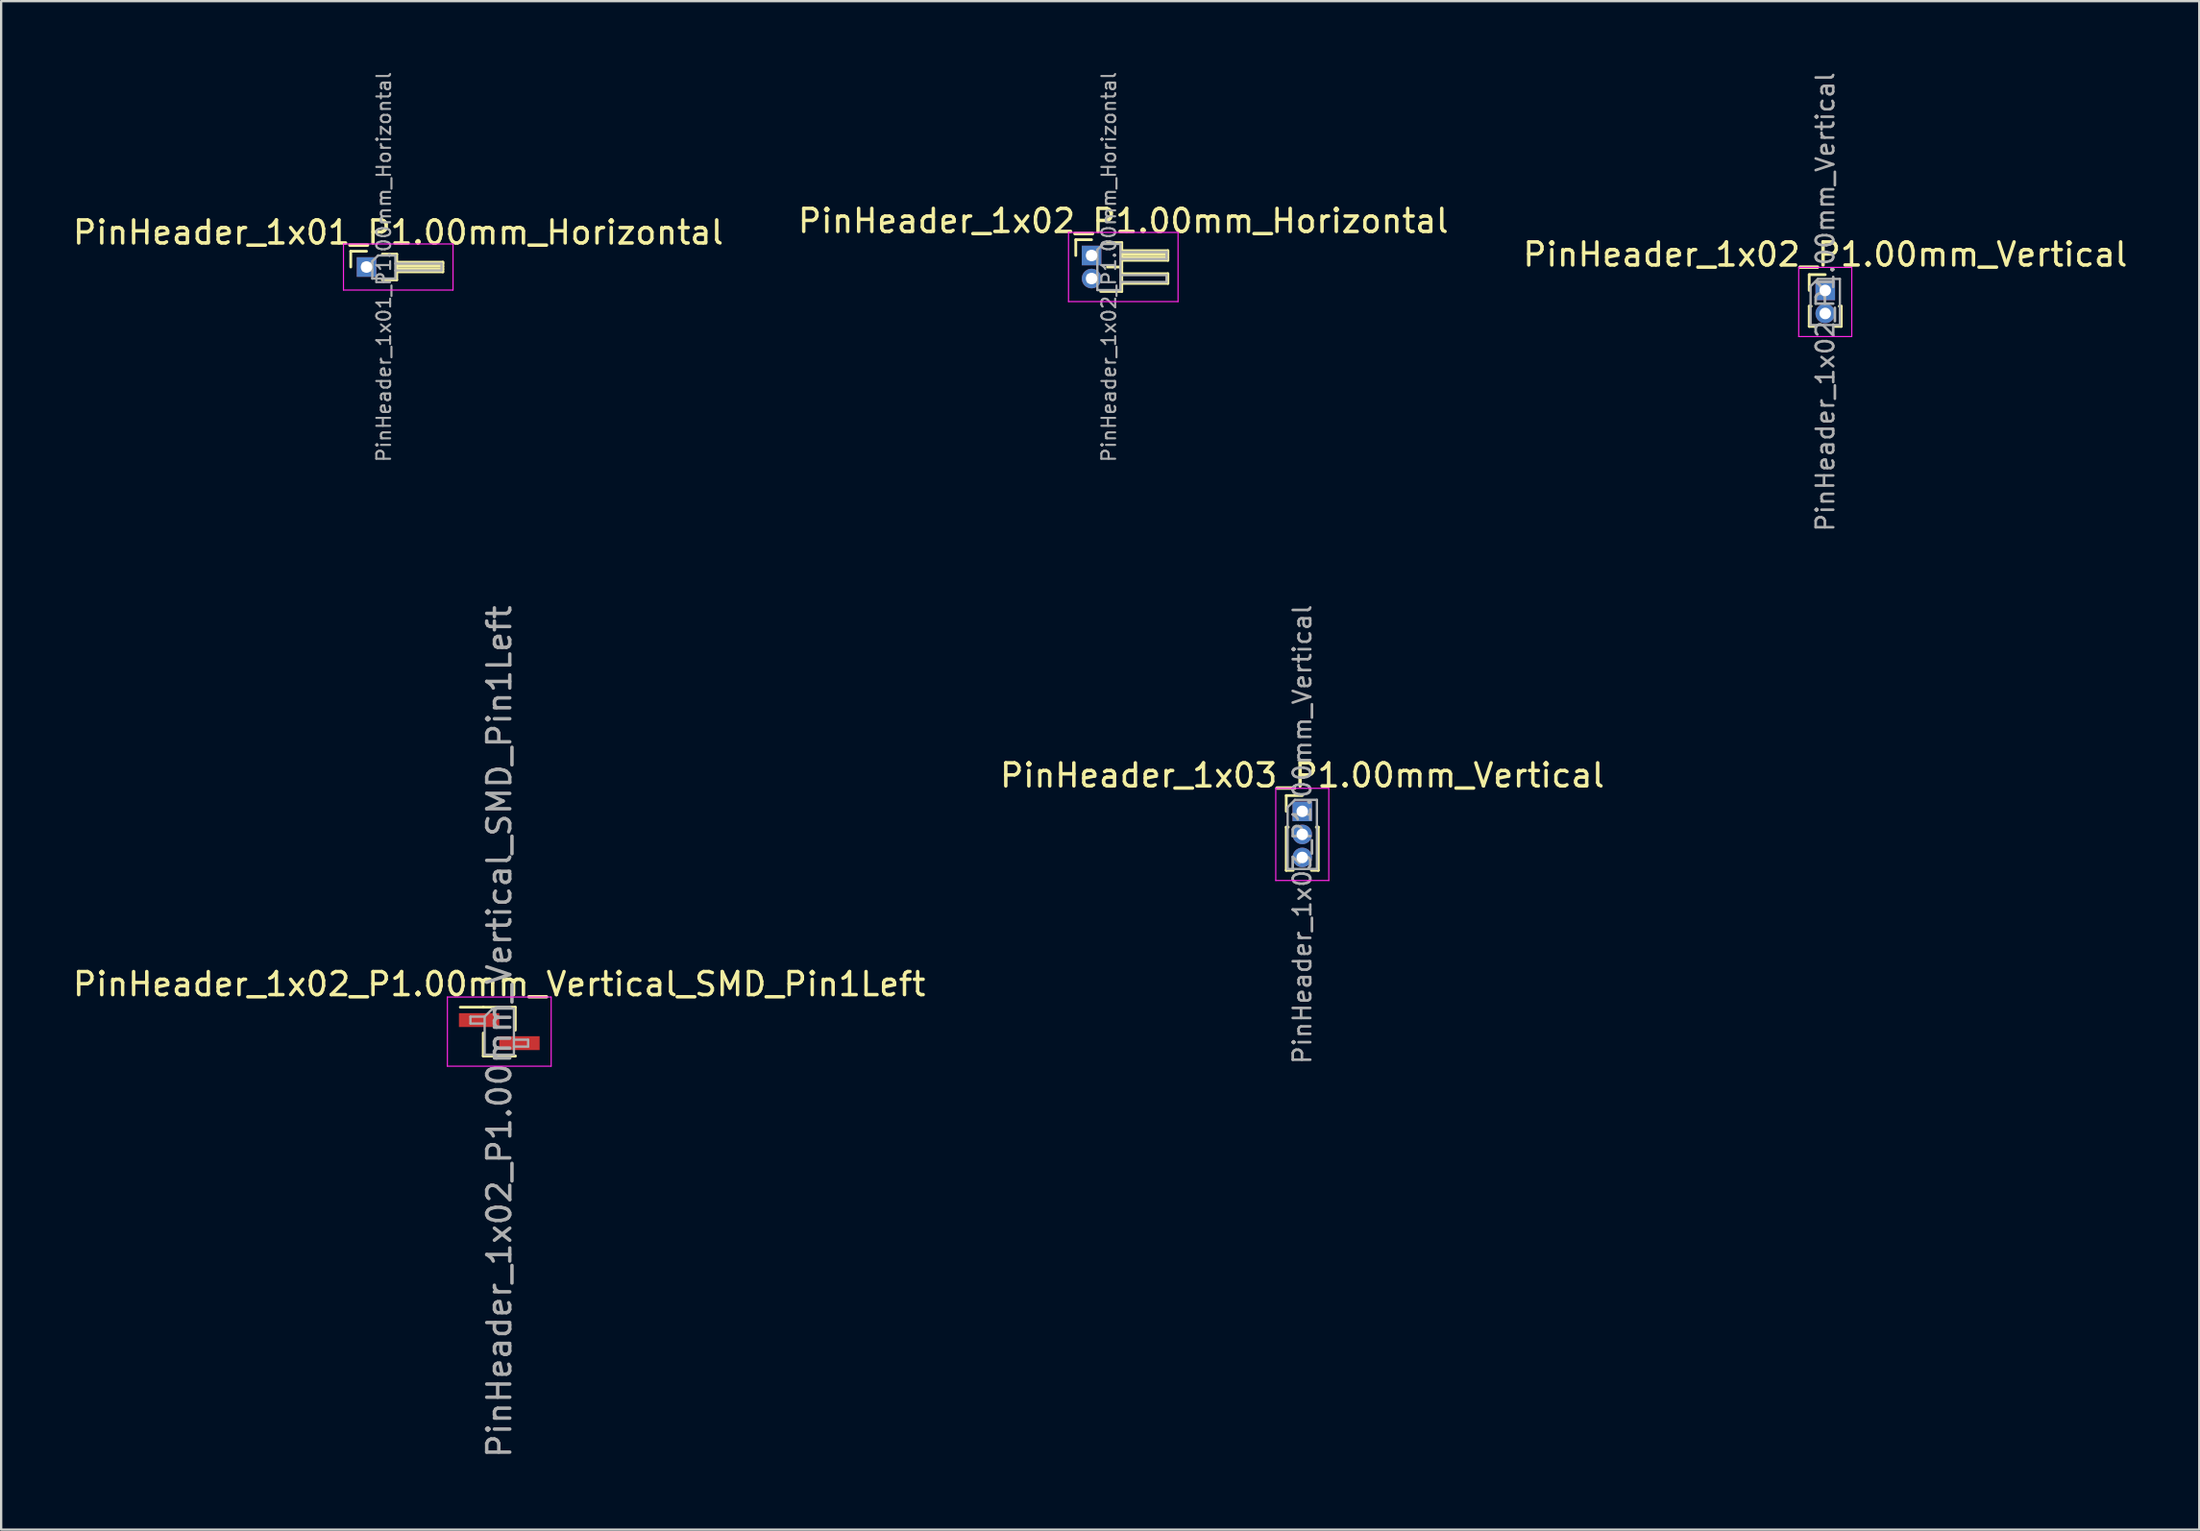
<source format=kicad_pcb>
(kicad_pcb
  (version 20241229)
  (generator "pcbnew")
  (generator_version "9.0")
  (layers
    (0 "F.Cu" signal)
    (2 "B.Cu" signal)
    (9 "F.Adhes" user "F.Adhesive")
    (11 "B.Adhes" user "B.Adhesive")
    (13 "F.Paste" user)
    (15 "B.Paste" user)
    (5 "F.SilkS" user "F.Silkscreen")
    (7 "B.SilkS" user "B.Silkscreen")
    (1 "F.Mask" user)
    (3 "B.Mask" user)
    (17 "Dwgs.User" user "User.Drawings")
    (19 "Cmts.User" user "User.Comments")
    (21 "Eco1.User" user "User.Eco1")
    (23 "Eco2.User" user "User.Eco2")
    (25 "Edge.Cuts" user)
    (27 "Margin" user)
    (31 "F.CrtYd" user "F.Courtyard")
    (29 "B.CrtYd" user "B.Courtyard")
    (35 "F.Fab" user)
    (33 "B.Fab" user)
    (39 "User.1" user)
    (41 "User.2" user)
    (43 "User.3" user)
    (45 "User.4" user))
  (footprint "PinHeader_1x01_P1.00mm_Horizontal"
    (layer "F.Cu")
    (at 12.845 8.532)
    (property "Reference" "PinHeader_1x01_P1.00mm_Horizontal" (at 1.375 -1.5 0) (layer "F.SilkS") (effects (font (size 1 1) (thickness 0.15))))
    (attr through_hole)
    (fp_line (start -0.685 -0.685) (end 0 -0.685) (stroke (width 0.12) (type solid)) (layer "F.SilkS"))
    (fp_line (start -0.685 0) (end -0.685 -0.685) (stroke (width 0.12) (type solid)) (layer "F.SilkS"))
    (fp_line (start 0.685 -0.56) (end 1.31 -0.56) (stroke (width 0.12) (type solid)) (layer "F.SilkS"))
    (fp_line (start 1.31 -0.56) (end 1.31 0.56) (stroke (width 0.12) (type solid)) (layer "F.SilkS"))
    (fp_line (start 1.31 -0.21) (end 3.31 -0.21) (stroke (width 0.12) (type solid)) (layer "F.SilkS"))
    (fp_line (start 1.31 -0.15) (end 3.31 -0.15) (stroke (width 0.12) (type solid)) (layer "F.SilkS"))
    (fp_line (start 1.31 -0.03) (end 3.31 -0.03) (stroke (width 0.12) (type solid)) (layer "F.SilkS"))
    (fp_line (start 1.31 0.09) (end 3.31 0.09) (stroke (width 0.12) (type solid)) (layer "F.SilkS"))
    (fp_line (start 1.31 0.56) (end 0.685 0.56) (stroke (width 0.12) (type solid)) (layer "F.SilkS"))
    (fp_line (start 3.31 -0.21) (end 3.31 0.21) (stroke (width 0.12) (type solid)) (layer "F.SilkS"))
    (fp_line (start 3.31 0.21) (end 1.31 0.21) (stroke (width 0.12) (type solid)) (layer "F.SilkS"))
    (fp_line (start -1 -1) (end -1 1) (stroke (width 0.05) (type solid)) (layer "F.CrtYd"))
    (fp_line (start -1 1) (end 3.75 1) (stroke (width 0.05) (type solid)) (layer "F.CrtYd"))
    (fp_line (start 3.75 -1) (end -1 -1) (stroke (width 0.05) (type solid)) (layer "F.CrtYd"))
    (fp_line (start 3.75 1) (end 3.75 -1) (stroke (width 0.05) (type solid)) (layer "F.CrtYd"))
    (fp_line (start -0.15 -0.15) (end -0.15 0.15) (stroke (width 0.1) (type solid)) (layer "F.Fab"))
    (fp_line (start -0.15 -0.15) (end 0.25 -0.15) (stroke (width 0.1) (type solid)) (layer "F.Fab"))
    (fp_line (start -0.15 0.15) (end 0.25 0.15) (stroke (width 0.1) (type solid)) (layer "F.Fab"))
    (fp_line (start 0.25 -0.25) (end 0.5 -0.5) (stroke (width 0.1) (type solid)) (layer "F.Fab"))
    (fp_line (start 0.25 0.5) (end 0.25 -0.25) (stroke (width 0.1) (type solid)) (layer "F.Fab"))
    (fp_line (start 0.5 -0.5) (end 1.25 -0.5) (stroke (width 0.1) (type solid)) (layer "F.Fab"))
    (fp_line (start 1.25 -0.5) (end 1.25 0.5) (stroke (width 0.1) (type solid)) (layer "F.Fab"))
    (fp_line (start 1.25 -0.15) (end 3.25 -0.15) (stroke (width 0.1) (type solid)) (layer "F.Fab"))
    (fp_line (start 1.25 0.15) (end 3.25 0.15) (stroke (width 0.1) (type solid)) (layer "F.Fab"))
    (fp_line (start 1.25 0.5) (end 0.25 0.5) (stroke (width 0.1) (type solid)) (layer "F.Fab"))
    (fp_line (start 3.25 -0.15) (end 3.25 0.15) (stroke (width 0.1) (type solid)) (layer "F.Fab"))
    (fp_text user "${REFERENCE}" (at 0.75 0 90) (layer "F.Fab") (effects (font (size 0.6 0.6) (thickness 0.09))))
    (pad "1" thru_hole rect (at 0 0) (size 0.85 0.85) (drill 0.5) (layers "*.Cu" "*.Mask")))
  (footprint "PinHeader_1x02_P1.00mm_Vertical_SMD_Pin1Left"
    (layer "F.Cu")
    (at 18.601 41.696)
    (property "Reference" "PinHeader_1x02_P1.00mm_Vertical_SMD_Pin1Left" (at 0 -2.06 0) (layer "F.SilkS") (effects (font (size 1 1) (thickness 0.15))))
    (attr smd)
    (fp_line (start -0.695 -1.06) (end -1.69 -1.06) (stroke (width 0.12) (type solid)) (layer "F.SilkS"))
    (fp_line (start -0.695 -1.06) (end -0.695 -1.06) (stroke (width 0.12) (type solid)) (layer "F.SilkS"))
    (fp_line (start -0.695 -1.06) (end 0.695 -1.06) (stroke (width 0.12) (type solid)) (layer "F.SilkS"))
    (fp_line (start -0.695 0.06) (end -0.695 1.06) (stroke (width 0.12) (type solid)) (layer "F.SilkS"))
    (fp_line (start -0.695 1.06) (end 0.695 1.06) (stroke (width 0.12) (type solid)) (layer "F.SilkS"))
    (fp_line (start 0.695 -1.06) (end 0.695 -0.06) (stroke (width 0.12) (type solid)) (layer "F.SilkS"))
    (fp_line (start 0.695 1.06) (end 0.695 1.06) (stroke (width 0.12) (type solid)) (layer "F.SilkS"))
    (fp_line (start -2.25 -1.5) (end -2.25 1.5) (stroke (width 0.05) (type solid)) (layer "F.CrtYd"))
    (fp_line (start -2.25 1.5) (end 2.25 1.5) (stroke (width 0.05) (type solid)) (layer "F.CrtYd"))
    (fp_line (start 2.25 -1.5) (end -2.25 -1.5) (stroke (width 0.05) (type solid)) (layer "F.CrtYd"))
    (fp_line (start 2.25 1.5) (end 2.25 -1.5) (stroke (width 0.05) (type solid)) (layer "F.CrtYd"))
    (fp_line (start -1.25 -0.65) (end -1.25 -0.35) (stroke (width 0.1) (type solid)) (layer "F.Fab"))
    (fp_line (start -1.25 -0.35) (end -0.635 -0.35) (stroke (width 0.1) (type solid)) (layer "F.Fab"))
    (fp_line (start -0.635 -0.65) (end -1.25 -0.65) (stroke (width 0.1) (type solid)) (layer "F.Fab"))
    (fp_line (start -0.635 -0.65) (end -0.285 -1) (stroke (width 0.1) (type solid)) (layer "F.Fab"))
    (fp_line (start -0.635 1) (end -0.635 -0.65) (stroke (width 0.1) (type solid)) (layer "F.Fab"))
    (fp_line (start -0.285 -1) (end 0.635 -1) (stroke (width 0.1) (type solid)) (layer "F.Fab"))
    (fp_line (start 0.635 -1) (end 0.635 1) (stroke (width 0.1) (type solid)) (layer "F.Fab"))
    (fp_line (start 0.635 0.35) (end 1.25 0.35) (stroke (width 0.1) (type solid)) (layer "F.Fab"))
    (fp_line (start 0.635 1) (end -0.635 1) (stroke (width 0.1) (type solid)) (layer "F.Fab"))
    (fp_line (start 1.25 0.35) (end 1.25 0.65) (stroke (width 0.1) (type solid)) (layer "F.Fab"))
    (fp_line (start 1.25 0.65) (end 0.635 0.65) (stroke (width 0.1) (type solid)) (layer "F.Fab"))
    (fp_text user "${REFERENCE}" (at 0 0 90) (layer "F.Fab") (effects (font (size 1 1) (thickness 0.15))))
    (pad "1" smd rect (at -0.875 -0.5) (size 1.75 0.6) (layers "F.Cu" "F.Mask" "F.Paste"))
    (pad "2" smd rect (at 0.875 0.5) (size 1.75 0.6) (layers "F.Cu" "F.Mask" "F.Paste")))
  (footprint "PinHeader_1x02_P1.00mm_Horizontal"
    (layer "F.Cu")
    (at 44.286 8.032)
    (property "Reference" "PinHeader_1x02_P1.00mm_Horizontal" (at 1.375 -1.5 0) (layer "F.SilkS") (effects (font (size 1 1) (thickness 0.15))))
    (attr through_hole)
    (fp_line (start -0.685 -0.685) (end 0 -0.685) (stroke (width 0.12) (type solid)) (layer "F.SilkS"))
    (fp_line (start -0.685 0) (end -0.685 -0.685) (stroke (width 0.12) (type solid)) (layer "F.SilkS"))
    (fp_line (start 0.685 -0.56) (end 1.31 -0.56) (stroke (width 0.12) (type solid)) (layer "F.SilkS"))
    (fp_line (start 0.685 0.5) (end 1.31 0.5) (stroke (width 0.12) (type solid)) (layer "F.SilkS"))
    (fp_line (start 1.31 -0.56) (end 1.31 1.56) (stroke (width 0.12) (type solid)) (layer "F.SilkS"))
    (fp_line (start 1.31 -0.21) (end 3.31 -0.21) (stroke (width 0.12) (type solid)) (layer "F.SilkS"))
    (fp_line (start 1.31 -0.15) (end 3.31 -0.15) (stroke (width 0.12) (type solid)) (layer "F.SilkS"))
    (fp_line (start 1.31 -0.03) (end 3.31 -0.03) (stroke (width 0.12) (type solid)) (layer "F.SilkS"))
    (fp_line (start 1.31 0.09) (end 3.31 0.09) (stroke (width 0.12) (type solid)) (layer "F.SilkS"))
    (fp_line (start 1.31 0.79) (end 3.31 0.79) (stroke (width 0.12) (type solid)) (layer "F.SilkS"))
    (fp_line (start 1.31 1.56) (end 0.394 1.56) (stroke (width 0.12) (type solid)) (layer "F.SilkS"))
    (fp_line (start 3.31 -0.21) (end 3.31 0.21) (stroke (width 0.12) (type solid)) (layer "F.SilkS"))
    (fp_line (start 3.31 0.21) (end 1.31 0.21) (stroke (width 0.12) (type solid)) (layer "F.SilkS"))
    (fp_line (start 3.31 0.79) (end 3.31 1.21) (stroke (width 0.12) (type solid)) (layer "F.SilkS"))
    (fp_line (start 3.31 1.21) (end 1.31 1.21) (stroke (width 0.12) (type solid)) (layer "F.SilkS"))
    (fp_line (start -1 -1) (end -1 2) (stroke (width 0.05) (type solid)) (layer "F.CrtYd"))
    (fp_line (start -1 2) (end 3.75 2) (stroke (width 0.05) (type solid)) (layer "F.CrtYd"))
    (fp_line (start 3.75 -1) (end -1 -1) (stroke (width 0.05) (type solid)) (layer "F.CrtYd"))
    (fp_line (start 3.75 2) (end 3.75 -1) (stroke (width 0.05) (type solid)) (layer "F.CrtYd"))
    (fp_line (start -0.15 -0.15) (end -0.15 0.15) (stroke (width 0.1) (type solid)) (layer "F.Fab"))
    (fp_line (start -0.15 -0.15) (end 0.25 -0.15) (stroke (width 0.1) (type solid)) (layer "F.Fab"))
    (fp_line (start -0.15 0.15) (end 0.25 0.15) (stroke (width 0.1) (type solid)) (layer "F.Fab"))
    (fp_line (start -0.15 0.85) (end -0.15 1.15) (stroke (width 0.1) (type solid)) (layer "F.Fab"))
    (fp_line (start -0.15 0.85) (end 0.25 0.85) (stroke (width 0.1) (type solid)) (layer "F.Fab"))
    (fp_line (start -0.15 1.15) (end 0.25 1.15) (stroke (width 0.1) (type solid)) (layer "F.Fab"))
    (fp_line (start 0.25 -0.25) (end 0.5 -0.5) (stroke (width 0.1) (type solid)) (layer "F.Fab"))
    (fp_line (start 0.25 1.5) (end 0.25 -0.25) (stroke (width 0.1) (type solid)) (layer "F.Fab"))
    (fp_line (start 0.5 -0.5) (end 1.25 -0.5) (stroke (width 0.1) (type solid)) (layer "F.Fab"))
    (fp_line (start 1.25 -0.5) (end 1.25 1.5) (stroke (width 0.1) (type solid)) (layer "F.Fab"))
    (fp_line (start 1.25 -0.15) (end 3.25 -0.15) (stroke (width 0.1) (type solid)) (layer "F.Fab"))
    (fp_line (start 1.25 0.15) (end 3.25 0.15) (stroke (width 0.1) (type solid)) (layer "F.Fab"))
    (fp_line (start 1.25 0.85) (end 3.25 0.85) (stroke (width 0.1) (type solid)) (layer "F.Fab"))
    (fp_line (start 1.25 1.15) (end 3.25 1.15) (stroke (width 0.1) (type solid)) (layer "F.Fab"))
    (fp_line (start 1.25 1.5) (end 0.25 1.5) (stroke (width 0.1) (type solid)) (layer "F.Fab"))
    (fp_line (start 3.25 -0.15) (end 3.25 0.15) (stroke (width 0.1) (type solid)) (layer "F.Fab"))
    (fp_line (start 3.25 0.85) (end 3.25 1.15) (stroke (width 0.1) (type solid)) (layer "F.Fab"))
    (fp_text user "${REFERENCE}" (at 0.75 0.5 90) (layer "F.Fab") (effects (font (size 0.6 0.6) (thickness 0.09))))
    (pad "1" thru_hole rect (at 0 0) (size 0.85 0.85) (drill 0.5) (layers "*.Cu" "*.Mask"))
    (pad "2" thru_hole oval (at 0 1) (size 0.85 0.85) (drill 0.5) (layers "*.Cu" "*.Mask")))
  (footprint "PinHeader_1x03_P1.00mm_Vertical"
    (layer "F.Cu")
    (at 53.423 32.142)
    (property "Reference" "PinHeader_1x03_P1.00mm_Vertical" (at 0 -1.56 0) (layer "F.SilkS") (effects (font (size 1 1) (thickness 0.15))))
    (attr through_hole)
    (fp_line (start -0.695 -0.685) (end 0 -0.685) (stroke (width 0.12) (type solid)) (layer "F.SilkS"))
    (fp_line (start -0.695 0) (end -0.695 -0.685) (stroke (width 0.12) (type solid)) (layer "F.SilkS"))
    (fp_line (start -0.695 0.685) (end -0.695 2.56) (stroke (width 0.12) (type solid)) (layer "F.SilkS"))
    (fp_line (start -0.695 0.685) (end -0.608 0.685) (stroke (width 0.12) (type solid)) (layer "F.SilkS"))
    (fp_line (start -0.695 2.56) (end -0.394 2.56) (stroke (width 0.12) (type solid)) (layer "F.SilkS"))
    (fp_line (start 0.394 2.56) (end 0.695 2.56) (stroke (width 0.12) (type solid)) (layer "F.SilkS"))
    (fp_line (start 0.608 0.685) (end 0.695 0.685) (stroke (width 0.12) (type solid)) (layer "F.SilkS"))
    (fp_line (start 0.695 0.685) (end 0.695 2.56) (stroke (width 0.12) (type solid)) (layer "F.SilkS"))
    (fp_line (start -1.15 -1) (end -1.15 3) (stroke (width 0.05) (type solid)) (layer "F.CrtYd"))
    (fp_line (start -1.15 3) (end 1.15 3) (stroke (width 0.05) (type solid)) (layer "F.CrtYd"))
    (fp_line (start 1.15 -1) (end -1.15 -1) (stroke (width 0.05) (type solid)) (layer "F.CrtYd"))
    (fp_line (start 1.15 3) (end 1.15 -1) (stroke (width 0.05) (type solid)) (layer "F.CrtYd"))
    (fp_line (start -0.635 -0.182) (end -0.318 -0.5) (stroke (width 0.1) (type solid)) (layer "F.Fab"))
    (fp_line (start -0.635 2.5) (end -0.635 -0.182) (stroke (width 0.1) (type solid)) (layer "F.Fab"))
    (fp_line (start -0.318 -0.5) (end 0.635 -0.5) (stroke (width 0.1) (type solid)) (layer "F.Fab"))
    (fp_line (start 0.635 -0.5) (end 0.635 2.5) (stroke (width 0.1) (type solid)) (layer "F.Fab"))
    (fp_line (start 0.635 2.5) (end -0.635 2.5) (stroke (width 0.1) (type solid)) (layer "F.Fab"))
    (fp_text user "${REFERENCE}" (at 0 1 90) (layer "F.Fab") (effects (font (size 0.76 0.76) (thickness 0.114))))
    (pad "1" thru_hole rect (at 0 0) (size 0.85 0.85) (drill 0.5) (layers "*.Cu" "*.Mask"))
    (pad "2" thru_hole oval (at 0 1) (size 0.85 0.85) (drill 0.5) (layers "*.Cu" "*.Mask"))
    (pad "3" thru_hole oval (at 0 2) (size 0.85 0.85) (drill 0.5) (layers "*.Cu" "*.Mask")))
  (footprint "PinHeader_1x02_P1.00mm_Vertical"
    (layer "F.Cu")
    (at 76.101 9.547)
    (property "Reference" "PinHeader_1x02_P1.00mm_Vertical" (at 0 -1.56 0) (layer "F.SilkS") (effects (font (size 1 1) (thickness 0.15))))
    (attr through_hole)
    (fp_line (start -0.695 -0.685) (end 0 -0.685) (stroke (width 0.12) (type solid)) (layer "F.SilkS"))
    (fp_line (start -0.695 0) (end -0.695 -0.685) (stroke (width 0.12) (type solid)) (layer "F.SilkS"))
    (fp_line (start -0.695 0.685) (end -0.695 1.56) (stroke (width 0.12) (type solid)) (layer "F.SilkS"))
    (fp_line (start -0.695 0.685) (end -0.608 0.685) (stroke (width 0.12) (type solid)) (layer "F.SilkS"))
    (fp_line (start -0.695 1.56) (end -0.394 1.56) (stroke (width 0.12) (type solid)) (layer "F.SilkS"))
    (fp_line (start 0.394 1.56) (end 0.695 1.56) (stroke (width 0.12) (type solid)) (layer "F.SilkS"))
    (fp_line (start 0.608 0.685) (end 0.695 0.685) (stroke (width 0.12) (type solid)) (layer "F.SilkS"))
    (fp_line (start 0.695 0.685) (end 0.695 1.56) (stroke (width 0.12) (type solid)) (layer "F.SilkS"))
    (fp_line (start -1.15 -1) (end -1.15 2) (stroke (width 0.05) (type solid)) (layer "F.CrtYd"))
    (fp_line (start -1.15 2) (end 1.15 2) (stroke (width 0.05) (type solid)) (layer "F.CrtYd"))
    (fp_line (start 1.15 -1) (end -1.15 -1) (stroke (width 0.05) (type solid)) (layer "F.CrtYd"))
    (fp_line (start 1.15 2) (end 1.15 -1) (stroke (width 0.05) (type solid)) (layer "F.CrtYd"))
    (fp_line (start -0.635 -0.182) (end -0.318 -0.5) (stroke (width 0.1) (type solid)) (layer "F.Fab"))
    (fp_line (start -0.635 1.5) (end -0.635 -0.182) (stroke (width 0.1) (type solid)) (layer "F.Fab"))
    (fp_line (start -0.318 -0.5) (end 0.635 -0.5) (stroke (width 0.1) (type solid)) (layer "F.Fab"))
    (fp_line (start 0.635 -0.5) (end 0.635 1.5) (stroke (width 0.1) (type solid)) (layer "F.Fab"))
    (fp_line (start 0.635 1.5) (end -0.635 1.5) (stroke (width 0.1) (type solid)) (layer "F.Fab"))
    (fp_text user "${REFERENCE}" (at 0 0.5 90) (layer "F.Fab") (effects (font (size 0.76 0.76) (thickness 0.114))))
    (pad "1" thru_hole rect (at 0 0) (size 0.85 0.85) (drill 0.5) (layers "*.Cu" "*.Mask"))
    (pad "2" thru_hole oval (at 0 1) (size 0.85 0.85) (drill 0.5) (layers "*.Cu" "*.Mask")))
  (gr_rect
    (start -3 -3)
    (end 92.321 63.297)
    (stroke (width 0.1) (type default))
    (fill no)
    (layer "Edge.Cuts")))
</source>
